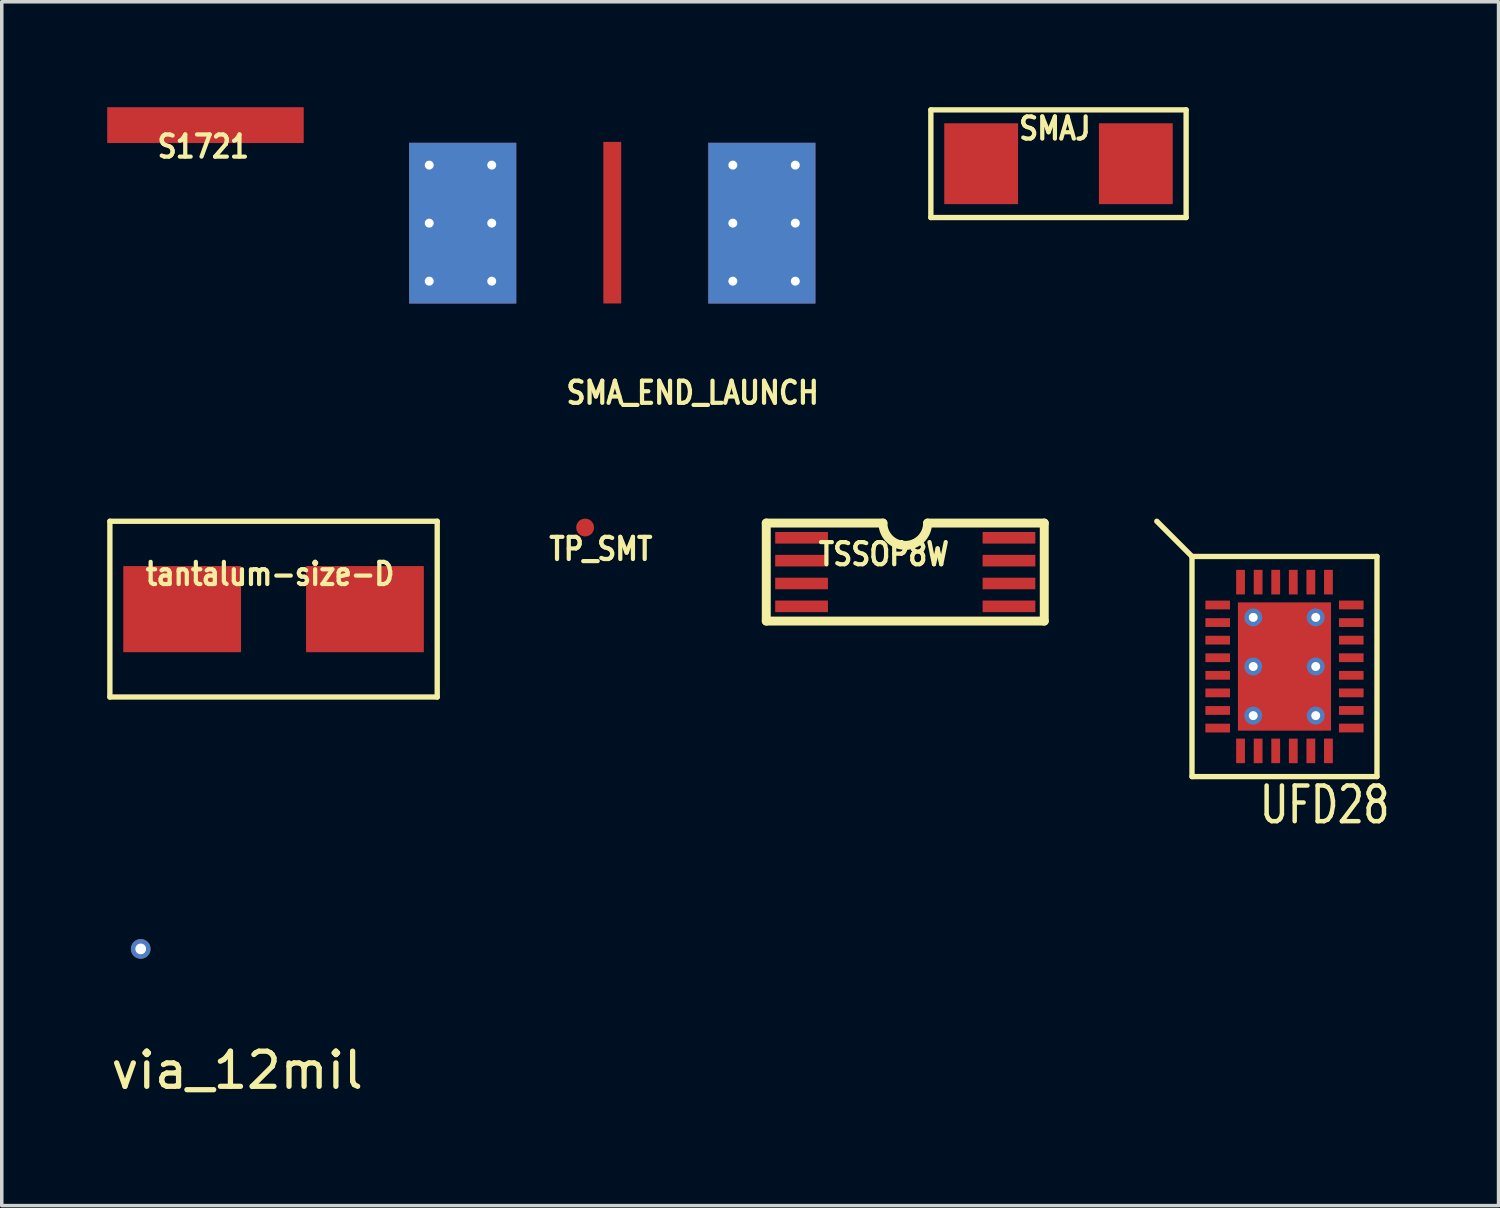
<source format=kicad_pcb>
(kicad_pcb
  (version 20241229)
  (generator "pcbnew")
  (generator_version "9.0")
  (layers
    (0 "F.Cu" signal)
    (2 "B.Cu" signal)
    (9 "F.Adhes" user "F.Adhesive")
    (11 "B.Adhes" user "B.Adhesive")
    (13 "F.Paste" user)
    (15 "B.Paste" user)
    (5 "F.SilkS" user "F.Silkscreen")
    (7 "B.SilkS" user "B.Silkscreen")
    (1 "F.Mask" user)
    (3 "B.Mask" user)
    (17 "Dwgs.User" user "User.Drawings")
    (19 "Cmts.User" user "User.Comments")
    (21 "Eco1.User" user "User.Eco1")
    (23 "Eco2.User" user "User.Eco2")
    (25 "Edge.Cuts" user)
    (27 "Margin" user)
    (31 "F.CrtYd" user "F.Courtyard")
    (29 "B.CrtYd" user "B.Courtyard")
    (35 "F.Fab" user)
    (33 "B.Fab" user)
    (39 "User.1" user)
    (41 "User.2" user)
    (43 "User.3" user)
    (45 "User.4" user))
  (footprint "UFD28"
    (layer "F.Cu")
    (at 33.491 15.911)
    (property "Reference" "UFD28" (at 1.143 3.937 0) (layer "F.SilkS") (effects (font (size 1.016 0.762) (thickness 0.127))))
    (attr through_hole)
    (fp_line (start -2.631 -3.131) (end -3.632 -4.132) (stroke (width 0.152) (type solid)) (layer "F.SilkS"))
    (fp_line (start -2.631 -3.131) (end 2.631 -3.131) (stroke (width 0.152) (type solid)) (layer "F.SilkS"))
    (fp_line (start -2.631 3.131) (end -2.631 -3.131) (stroke (width 0.152) (type solid)) (layer "F.SilkS"))
    (fp_line (start 2.631 -3.131) (end 2.631 3.131) (stroke (width 0.152) (type solid)) (layer "F.SilkS"))
    (fp_line (start 2.631 3.131) (end -2.631 3.131) (stroke (width 0.152) (type solid)) (layer "F.SilkS"))
    (pad "1" smd rect (at -1.9 -1.75) (size 0.7 0.25) (layers "F.Cu" "F.Mask" "F.Paste"))
    (pad "2" smd rect (at -1.9 -1.25) (size 0.7 0.25) (layers "F.Cu" "F.Mask" "F.Paste"))
    (pad "3" smd rect (at -1.9 -0.75) (size 0.7 0.25) (layers "F.Cu" "F.Mask" "F.Paste"))
    (pad "4" smd rect (at -1.9 -0.25) (size 0.7 0.25) (layers "F.Cu" "F.Mask" "F.Paste"))
    (pad "5" smd rect (at -1.9 0.25) (size 0.7 0.25) (layers "F.Cu" "F.Mask" "F.Paste"))
    (pad "6" smd rect (at -1.9 0.75) (size 0.7 0.25) (layers "F.Cu" "F.Mask" "F.Paste"))
    (pad "7" smd rect (at -1.9 1.25) (size 0.7 0.25) (layers "F.Cu" "F.Mask" "F.Paste"))
    (pad "8" smd rect (at -1.9 1.751) (size 0.7 0.25) (layers "F.Cu" "F.Mask" "F.Paste"))
    (pad "9" smd rect (at -1.25 2.4 270) (size 0.7 0.25) (layers "F.Cu" "F.Mask" "F.Paste"))
    (pad "10" smd rect (at -0.75 2.4 270) (size 0.7 0.25) (layers "F.Cu" "F.Mask" "F.Paste"))
    (pad "11" smd rect (at -0.25 2.4 270) (size 0.7 0.25) (layers "F.Cu" "F.Mask" "F.Paste"))
    (pad "12" smd rect (at 0.25 2.4 270) (size 0.7 0.25) (layers "F.Cu" "F.Mask" "F.Paste"))
    (pad "13" smd rect (at 0.75 2.4 270) (size 0.7 0.25) (layers "F.Cu" "F.Mask" "F.Paste"))
    (pad "14" smd rect (at 1.25 2.4 270) (size 0.7 0.25) (layers "F.Cu" "F.Mask" "F.Paste"))
    (pad "15" smd rect (at 1.9 1.75) (size 0.7 0.25) (layers "F.Cu" "F.Mask" "F.Paste"))
    (pad "16" smd rect (at 1.9 1.25) (size 0.7 0.25) (layers "F.Cu" "F.Mask" "F.Paste"))
    (pad "17" smd rect (at 1.9 0.75) (size 0.7 0.25) (layers "F.Cu" "F.Mask" "F.Paste"))
    (pad "18" smd rect (at 1.9 0.25) (size 0.7 0.25) (layers "F.Cu" "F.Mask" "F.Paste"))
    (pad "19" smd rect (at 1.9 -0.25) (size 0.7 0.25) (layers "F.Cu" "F.Mask" "F.Paste"))
    (pad "20" smd rect (at 1.9 -0.75) (size 0.7 0.25) (layers "F.Cu" "F.Mask" "F.Paste"))
    (pad "21" smd rect (at 1.9 -1.25) (size 0.7 0.25) (layers "F.Cu" "F.Mask" "F.Paste"))
    (pad "22" smd rect (at 1.9 -1.751) (size 0.7 0.25) (layers "F.Cu" "F.Mask" "F.Paste"))
    (pad "23" smd rect (at 1.25 -2.4 270) (size 0.7 0.25) (layers "F.Cu" "F.Mask" "F.Paste"))
    (pad "24" smd rect (at 0.75 -2.4 270) (size 0.7 0.25) (layers "F.Cu" "F.Mask" "F.Paste"))
    (pad "25" smd rect (at 0.25 -2.4 270) (size 0.7 0.25) (layers "F.Cu" "F.Mask" "F.Paste"))
    (pad "26" smd rect (at -0.25 -2.4 270) (size 0.7 0.25) (layers "F.Cu" "F.Mask" "F.Paste"))
    (pad "27" smd rect (at -0.75 -2.4 270) (size 0.7 0.25) (layers "F.Cu" "F.Mask" "F.Paste"))
    (pad "28" smd rect (at -1.25 -2.4 270) (size 0.7 0.25) (layers "F.Cu" "F.Mask" "F.Paste"))
    (pad "29" thru_hole circle (at -0.889 -1.397) (size 0.508 0.508) (drill 0.254) (layers "*.Cu"))
    (pad "29" thru_hole circle (at -0.889 0) (size 0.508 0.508) (drill 0.254) (layers "*.Cu"))
    (pad "29" thru_hole circle (at -0.889 1.397) (size 0.508 0.508) (drill 0.254) (layers "*.Cu"))
    (pad "29" smd rect (at 0 -0.889) (size 1.092 1.092) (layers "F.Cu" "F.Paste"))
    (pad "29" smd rect (at 0 0 270) (size 3.65 2.65) (layers "F.Cu" "F.Mask"))
    (pad "29" smd rect (at 0 0.889) (size 1.092 1.092) (layers "F.Cu" "F.Paste"))
    (pad "29" thru_hole circle (at 0.889 -1.397) (size 0.508 0.508) (drill 0.254) (layers "*.Cu"))
    (pad "29" thru_hole circle (at 0.889 0) (size 0.508 0.508) (drill 0.254) (layers "*.Cu"))
    (pad "29" thru_hole circle (at 0.889 1.397) (size 0.508 0.508) (drill 0.254) (layers "*.Cu")))
  (footprint "TP_SMT"
    (layer "F.Cu")
    (at 13.596 11.957)
    (property "Reference" "TP_SMT" (at 0.447 0.61 0) (layer "F.SilkS") (effects (font (size 0.63 0.54) (thickness 0.12))))
    (attr through_hole)
    (pad "1" smd circle (at 0 0) (size 0.508 0.508) (layers "F.Cu" "F.Mask" "F.Paste")))
  (footprint "S1721"
    (layer "F.Cu")
    (at 2.795 0.51)
    (property "Reference" "S1721" (at -0.061 0.61 0) (layer "F.SilkS") (effects (font (size 0.63 0.54) (thickness 0.12))))
    (attr through_hole)
    (pad "1" smd rect (at 0 0) (size 5.59 1.02) (layers "F.Cu" "F.Mask" "F.Paste")))
  (footprint "SMA_END_LAUNCH"
    (layer "F.Cu")
    (at 14.368 0.25)
    (property "Reference" "SMA_END_LAUNCH" (at 2.286 7.874 0) (layer "F.SilkS") (effects (font (size 0.63 0.54) (thickness 0.12))))
    (attr through_hole)
    (pad "1" smd rect (at 0 3.035 270) (size 4.597 0.508) (layers "F.Cu" "F.Mask"))
    (pad "2" thru_hole circle (at -5.207 1.397) (size 0.508 0.508) (drill 0.254) (layers "*.Cu" "*.Mask"))
    (pad "2" thru_hole circle (at -5.207 3.048) (size 0.508 0.508) (drill 0.254) (layers "*.Cu" "*.Mask"))
    (pad "2" thru_hole circle (at -5.207 4.699) (size 0.508 0.508) (drill 0.254) (layers "*.Cu" "*.Mask"))
    (pad "2" smd rect (at -4.255 3.048 270) (size 4.572 3.048) (layers "F.Cu" "F.Mask"))
    (pad "2" smd rect (at -4.255 3.048 270) (size 4.572 3.048) (layers "B.Cu" "B.Mask"))
    (pad "2" thru_hole circle (at -3.429 1.397) (size 0.508 0.508) (drill 0.254) (layers "*.Cu" "*.Mask"))
    (pad "2" thru_hole circle (at -3.429 3.048) (size 0.508 0.508) (drill 0.254) (layers "*.Cu" "*.Mask"))
    (pad "2" thru_hole circle (at -3.429 4.699) (size 0.508 0.508) (drill 0.254) (layers "*.Cu" "*.Mask"))
    (pad "2" thru_hole circle (at 3.429 1.397) (size 0.508 0.508) (drill 0.254) (layers "*.Cu" "*.Mask"))
    (pad "2" thru_hole circle (at 3.429 3.048) (size 0.508 0.508) (drill 0.254) (layers "*.Cu" "*.Mask"))
    (pad "2" thru_hole circle (at 3.429 4.699) (size 0.508 0.508) (drill 0.254) (layers "*.Cu" "*.Mask"))
    (pad "2" smd rect (at 4.255 3.048 270) (size 4.572 3.048) (layers "F.Cu" "F.Mask"))
    (pad "2" smd rect (at 4.255 3.048 270) (size 4.572 3.048) (layers "B.Cu" "B.Mask"))
    (pad "2" thru_hole circle (at 5.207 1.397) (size 0.508 0.508) (drill 0.254) (layers "*.Cu" "*.Mask"))
    (pad "2" thru_hole circle (at 5.207 3.048) (size 0.508 0.508) (drill 0.254) (layers "*.Cu" "*.Mask"))
    (pad "2" thru_hole circle (at 5.207 4.699) (size 0.508 0.508) (drill 0.254) (layers "*.Cu" "*.Mask")))
  (footprint "tantalum-size-D"
    (layer "F.Cu")
    (at 4.732 14.279)
    (property "Reference" "tantalum-size-D" (at -0.102 -1 0) (layer "F.SilkS") (effects (font (size 0.63 0.54) (thickness 0.12))))
    (attr through_hole)
    (fp_line (start -4.656 -2.5) (end 4.656 -2.5) (stroke (width 0.152) (type solid)) (layer "F.SilkS"))
    (fp_line (start -4.656 2.5) (end -4.656 -2.5) (stroke (width 0.152) (type solid)) (layer "F.SilkS"))
    (fp_line (start 4.656 -2.5) (end 4.656 2.5) (stroke (width 0.152) (type solid)) (layer "F.SilkS"))
    (fp_line (start 4.656 2.5) (end -4.656 2.5) (stroke (width 0.152) (type solid)) (layer "F.SilkS"))
    (pad "1" smd rect (at -2.6 0) (size 3.35 2.45) (layers "F.Cu" "F.Mask" "F.Paste"))
    (pad "2" smd rect (at 2.6 0) (size 3.35 2.45) (layers "F.Cu" "F.Mask" "F.Paste")))
  (footprint "SMAJ"
    (layer "F.Cu")
    (at 27.062 1.607)
    (property "Reference" "SMAJ" (at -0.102 -1 0) (layer "F.SilkS") (effects (font (size 0.63 0.54) (thickness 0.12))))
    (attr through_hole)
    (fp_line (start -3.631 -1.531) (end 3.631 -1.531) (stroke (width 0.152) (type solid)) (layer "F.SilkS"))
    (fp_line (start -3.631 1.531) (end -3.631 -1.531) (stroke (width 0.152) (type solid)) (layer "F.SilkS"))
    (fp_line (start 3.631 -1.531) (end 3.631 1.531) (stroke (width 0.152) (type solid)) (layer "F.SilkS"))
    (fp_line (start 3.631 1.531) (end -3.631 1.531) (stroke (width 0.152) (type solid)) (layer "F.SilkS"))
    (pad "1" smd rect (at -2.2 0 270) (size 2.3 2.1) (layers "F.Cu" "F.Mask" "F.Paste"))
    (pad "2" smd rect (at 2.2 0 270) (size 2.3 2.1) (layers "F.Cu" "F.Mask" "F.Paste")))
  (footprint "via_12mil"
    (layer "F.Cu")
    (at 0.953 23.945)
    (property "Reference" "via_12mil" (at 2.743 3.454 0) (layer "F.SilkS") (effects (font (size 1 1) (thickness 0.15))))
    (attr exclude_from_pos_files exclude_from_bom)
    (pad "1" thru_hole circle (at 0 0) (size 0.559 0.559) (drill 0.305) (layers "*.Cu" "*.Mask")))
  (footprint "TSSOP8W"
    (layer "F.Cu")
    (at 22.703 13.224)
    (property "Reference" "TSSOP8W" (at -0.61 -0.508 0) (layer "F.SilkS") (effects (font (size 0.63 0.54) (thickness 0.12))))
    (attr through_hole)
    (fp_line (start -3.954 -1.394) (end -3.954 1.394) (stroke (width 0.254) (type solid)) (layer "F.SilkS"))
    (fp_line (start -3.954 -1.394) (end -0.635 -1.394) (stroke (width 0.254) (type solid)) (layer "F.SilkS"))
    (fp_line (start -3.954 1.394) (end 3.954 1.394) (stroke (width 0.254) (type solid)) (layer "F.SilkS"))
    (fp_line (start 3.954 -1.394) (end 0.635 -1.394) (stroke (width 0.254) (type solid)) (layer "F.SilkS"))
    (fp_line (start 3.954 1.394) (end 3.954 -1.394) (stroke (width 0.254) (type solid)) (layer "F.SilkS"))
    (fp_arc (start 0.635 -1.393952) (mid 0 -0.758952) (end -0.635 -1.393952) (stroke (width 0.254) (type solid)) (layer "F.SilkS"))
    (pad "1" smd rect (at -2.95 -0.975) (size 1.5 0.33) (layers "F.Cu" "F.Mask" "F.Paste"))
    (pad "2" smd rect (at -2.95 -0.325) (size 1.5 0.33) (layers "F.Cu" "F.Mask" "F.Paste"))
    (pad "3" smd rect (at -2.95 0.325) (size 1.5 0.33) (layers "F.Cu" "F.Mask" "F.Paste"))
    (pad "4" smd rect (at -2.95 0.975) (size 1.5 0.33) (layers "F.Cu" "F.Mask" "F.Paste"))
    (pad "5" smd rect (at 2.95 0.975 180) (size 1.5 0.33) (layers "F.Cu" "F.Mask" "F.Paste"))
    (pad "6" smd rect (at 2.95 0.325 180) (size 1.5 0.33) (layers "F.Cu" "F.Mask" "F.Paste"))
    (pad "7" smd rect (at 2.95 -0.325 180) (size 1.5 0.33) (layers "F.Cu" "F.Mask" "F.Paste"))
    (pad "8" smd rect (at 2.95 -0.975 180) (size 1.5 0.33) (layers "F.Cu" "F.Mask" "F.Paste")))
  (gr_rect
    (start -3 -3)
    (end 39.581 31.247)
    (stroke (width 0.1) (type default))
    (fill no)
    (layer "Edge.Cuts")))
</source>
